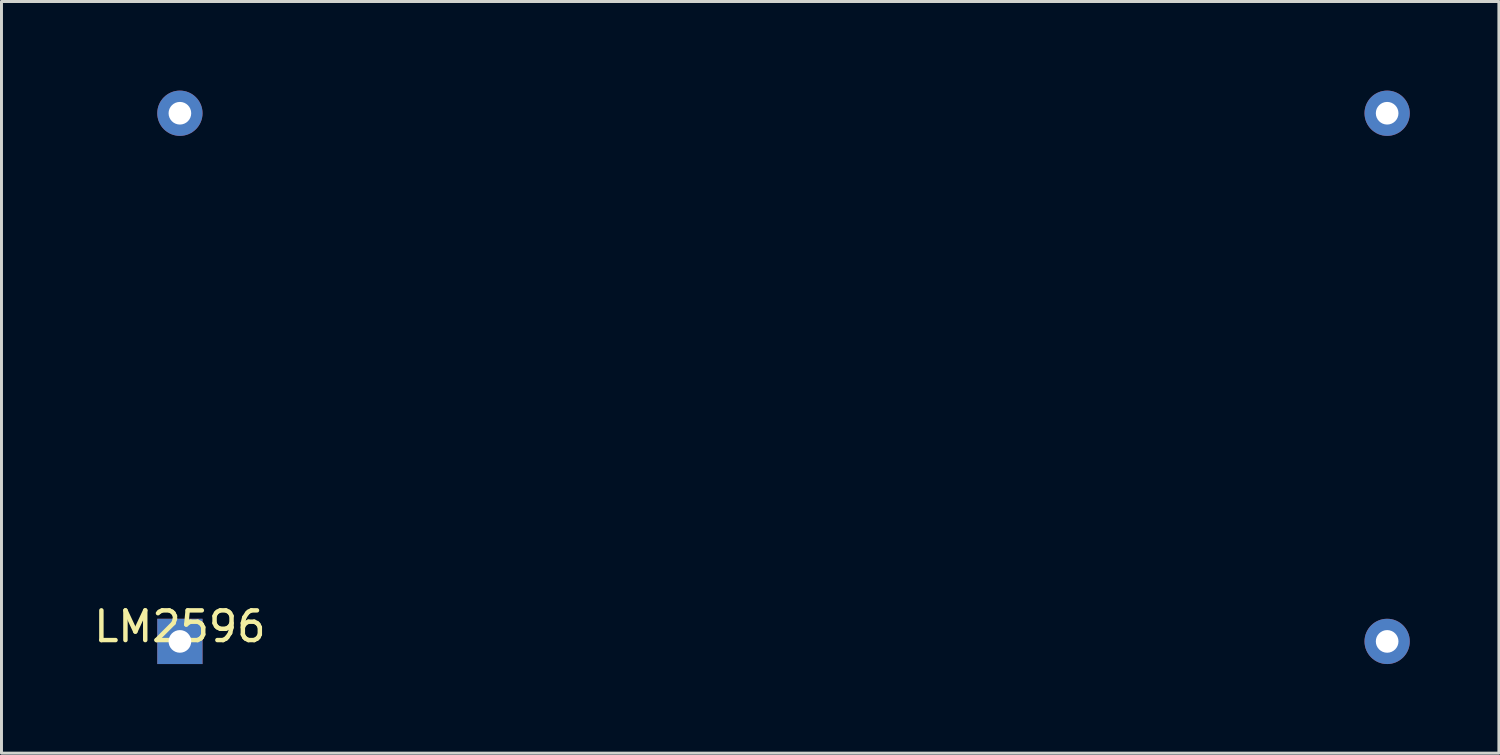
<source format=kicad_pcb>
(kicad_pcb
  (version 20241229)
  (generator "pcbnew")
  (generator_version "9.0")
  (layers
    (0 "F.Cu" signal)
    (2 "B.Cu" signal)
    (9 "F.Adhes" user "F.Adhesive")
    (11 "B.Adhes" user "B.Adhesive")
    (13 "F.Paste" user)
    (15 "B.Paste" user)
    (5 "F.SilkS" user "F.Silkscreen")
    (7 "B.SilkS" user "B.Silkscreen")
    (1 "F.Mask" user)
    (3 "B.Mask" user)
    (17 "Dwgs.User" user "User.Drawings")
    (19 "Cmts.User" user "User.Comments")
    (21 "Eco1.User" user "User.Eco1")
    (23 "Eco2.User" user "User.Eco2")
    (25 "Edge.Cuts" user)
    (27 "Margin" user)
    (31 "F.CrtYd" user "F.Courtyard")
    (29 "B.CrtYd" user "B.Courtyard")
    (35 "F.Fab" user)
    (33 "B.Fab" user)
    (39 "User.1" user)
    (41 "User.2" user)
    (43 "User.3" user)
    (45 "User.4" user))
  (footprint "LM2596"
    (layer "F.Cu")
    (at 25.612 8.636)
    (property "Reference" "LM2596" (at -22.606 9.406 0) (unlocked yes) (layer "F.SilkS") (effects (font (size 1 1) (thickness 0.15))))
    (attr through_hole)
    (pad "1" thru_hole rect (at -22.606 9.906) (size 1.524 1.524) (drill 0.762) (layers "*.Cu" "*.Mask"))
    (pad "2" thru_hole circle (at 18.034 9.906) (size 1.524 1.524) (drill 0.762) (layers "*.Cu" "*.Mask"))
    (pad "3" thru_hole circle (at 18.034 -7.874) (size 1.524 1.524) (drill 0.762) (layers "*.Cu" "*.Mask"))
    (pad "4" thru_hole circle (at -22.606 -7.874) (size 1.524 1.524) (drill 0.762) (layers "*.Cu" "*.Mask")))
  (gr_rect
    (start -3 -3)
    (end 47.408 22.304)
    (stroke (width 0.1) (type default))
    (fill no)
    (layer "Edge.Cuts")))
</source>
